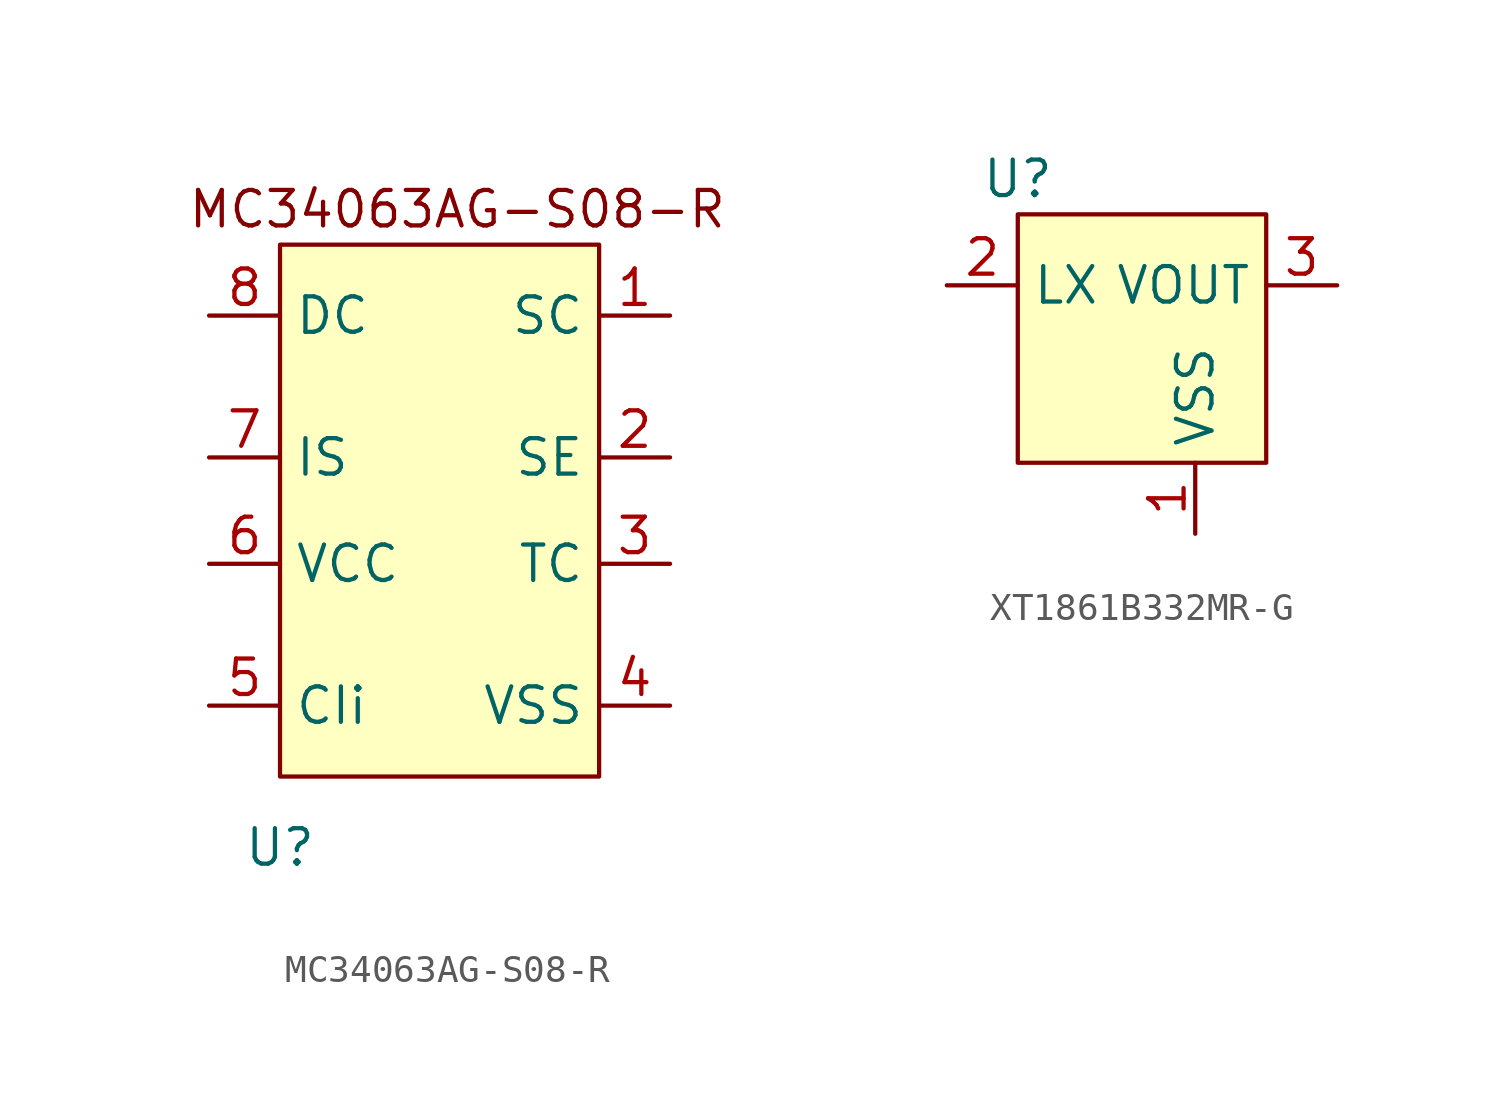
<source format=kicad_sym>
(kicad_symbol_lib
  (version 20231120)
  (generator "kicad_symbol_editor")
  (generator_version "8.0")
  (symbol "MC34063AG-S08-R"
    (property "Reference" "U"
      (at -26.67 -20.32 0)
      (effects (font (size 1.27 1.27))))
    (property "Value" ""
      (at -30.48 -15.24 0)
      (effects (font (size 1.27 1.27))))
    (symbol "MC34063AG-S08-R_1_1"
      (rectangle (start -26.67 1.27) (end -15.24 -17.78) (stroke (width 0) (type default)) (fill (type background)))
      (text "MC34063AG-S08-R" (at -20.32 2.54 0) (effects (font (size 1.27 1.27))))
      (pin input line (at -12.7 -1.27 180) (length 2.54) (name "SC" (effects (font (size 1.27 1.27)))) (number "1" (effects (font (size 1.27 1.27)))))
      (pin input line (at -12.7 -6.35 180) (length 2.54) (name "SE" (effects (font (size 1.27 1.27)))) (number "2" (effects (font (size 1.27 1.27)))))
      (pin input line (at -12.7 -10.16 180) (length 2.54) (name "TC" (effects (font (size 1.27 1.27)))) (number "3" (effects (font (size 1.27 1.27)))))
      (pin input line (at -12.7 -15.24 180) (length 2.54) (name "VSS" (effects (font (size 1.27 1.27)))) (number "4" (effects (font (size 1.27 1.27)))))
      (pin input line (at -29.21 -15.24 0) (length 2.54) (name "CIi" (effects (font (size 1.27 1.27)))) (number "5" (effects (font (size 1.27 1.27)))))
      (pin input line (at -29.21 -10.16 0) (length 2.54) (name "VCC" (effects (font (size 1.27 1.27)))) (number "6" (effects (font (size 1.27 1.27)))))
      (pin input line (at -29.21 -6.35 0) (length 2.54) (name "IS" (effects (font (size 1.27 1.27)))) (number "7" (effects (font (size 1.27 1.27)))))
      (pin input line (at -29.21 -1.27 0) (length 2.54) (name "DC" (effects (font (size 1.27 1.27)))) (number "8" (effects (font (size 1.27 1.27)))))))
  (symbol "XT1861B332MR-G"
    (property "Reference" "U"
      (at -2.54 6.35 0)
      (effects (font (size 1.27 1.27))))
    (property "Value" ""
      (at 0 0 0)
      (effects (font (size 1.27 1.27))))
    (symbol "XT1861B332MR-G_1_1"
      (rectangle (start -2.54 5.08) (end 6.35 -3.81) (stroke (width 0) (type default)) (fill (type background)))
      (pin input line (at 3.81 -6.35 90) (length 2.54) (name "VSS" (effects (font (size 1.27 1.27)))) (number "1" (effects (font (size 1.27 1.27)))))
      (pin input line (at -5.08 2.54 0) (length 2.54) (name "LX" (effects (font (size 1.27 1.27)))) (number "2" (effects (font (size 1.27 1.27)))))
      (pin input line (at 8.89 2.54 180) (length 2.54) (name "VOUT" (effects (font (size 1.27 1.27)))) (number "3" (effects (font (size 1.27 1.27))))))))
</source>
